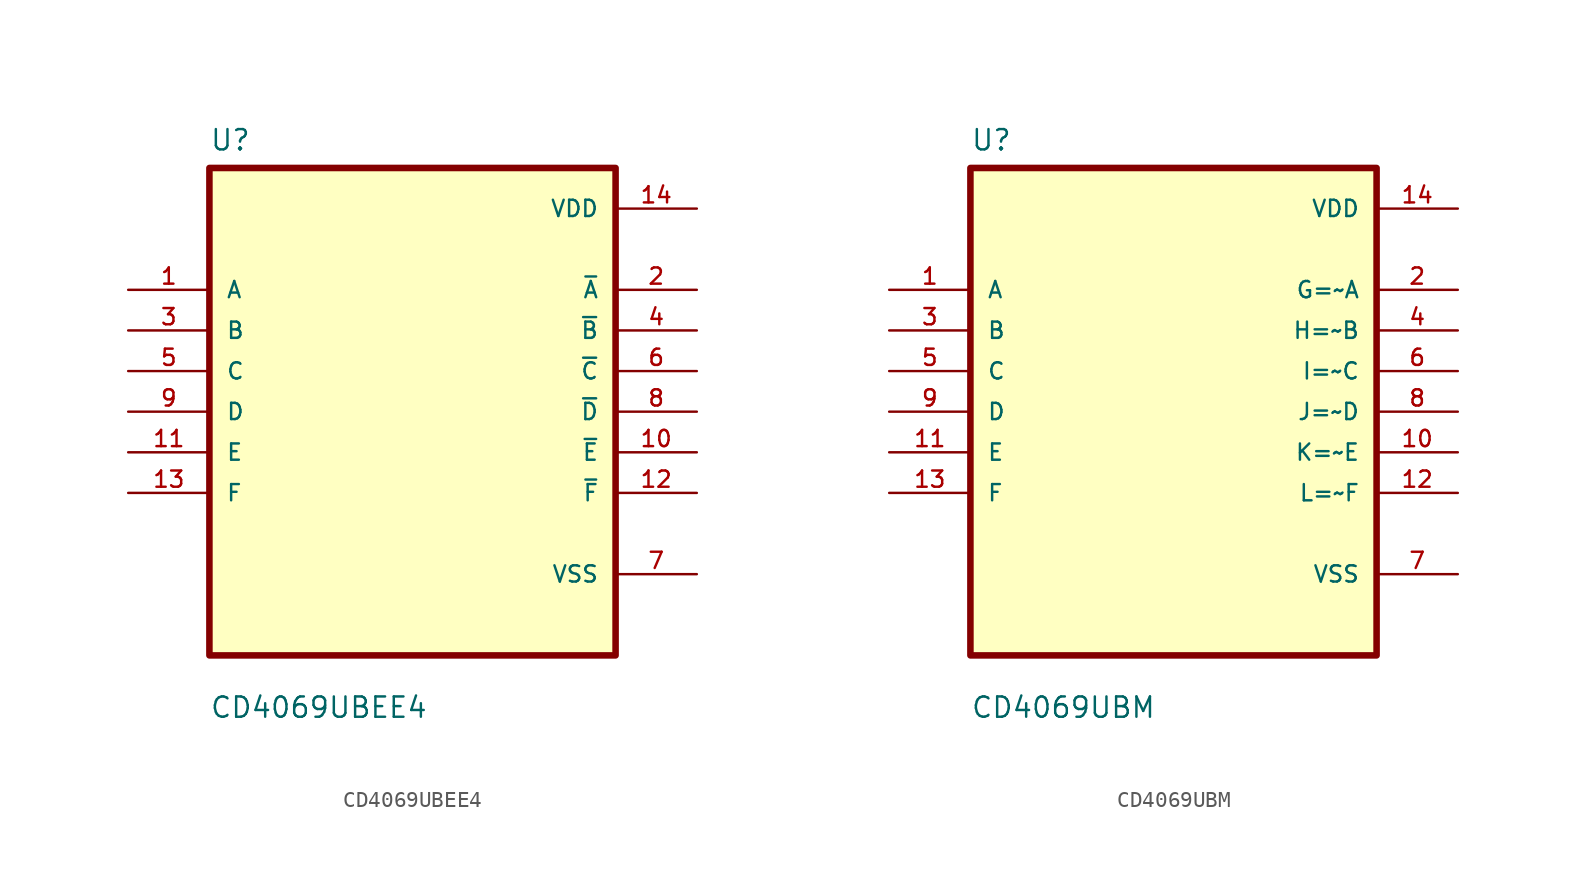
<source format=kicad_sym>
(kicad_symbol_lib
  (version 20241209)
  (generator "kicad_symbol_editor")
  (generator_version "9.0")
  (symbol "CD4069UBEE4"
    (pin_names
      (offset 1.016))
    (property "Reference" "U"
      (at -12.7 16.24 0)
      (effects (font (size 1.27 1.27)) (justify left bottom)))
    (property "Value" "CD4069UBEE4"
      (at -12.7 -19.24 0)
      (effects (font (size 1.27 1.27)) (justify left bottom)))
    (symbol "CD4069UBEE4_0_0"
      (rectangle (start -12.7 -15.24) (end 12.7 15.24) (stroke (width 0.41) (type default)) (fill (type background)))
      (pin input line (at -17.78 7.62 0) (length 5.08) (name "A" (effects (font (size 1.016 1.016)))) (number "1" (effects (font (size 1.016 1.016)))))
      (pin input line (at -17.78 5.08 0) (length 5.08) (name "B" (effects (font (size 1.016 1.016)))) (number "3" (effects (font (size 1.016 1.016)))))
      (pin input line (at -17.78 2.54 0) (length 5.08) (name "C" (effects (font (size 1.016 1.016)))) (number "5" (effects (font (size 1.016 1.016)))))
      (pin input line (at -17.78 0 0) (length 5.08) (name "D" (effects (font (size 1.016 1.016)))) (number "9" (effects (font (size 1.016 1.016)))))
      (pin input line (at -17.78 -2.54 0) (length 5.08) (name "E" (effects (font (size 1.016 1.016)))) (number "11" (effects (font (size 1.016 1.016)))))
      (pin input line (at -17.78 -5.08 0) (length 5.08) (name "F" (effects (font (size 1.016 1.016)))) (number "13" (effects (font (size 1.016 1.016)))))
      (pin power_in line (at 17.78 12.7 180) (length 5.08) (name "VDD" (effects (font (size 1.016 1.016)))) (number "14" (effects (font (size 1.016 1.016)))))
      (pin output line (at 17.78 7.62 180) (length 5.08) (name "~{A}" (effects (font (size 1.016 1.016)))) (number "2" (effects (font (size 1.016 1.016)))))
      (pin output line (at 17.78 5.08 180) (length 5.08) (name "~{B}" (effects (font (size 1.016 1.016)))) (number "4" (effects (font (size 1.016 1.016)))))
      (pin output line (at 17.78 2.54 180) (length 5.08) (name "~{C}" (effects (font (size 1.016 1.016)))) (number "6" (effects (font (size 1.016 1.016)))))
      (pin output line (at 17.78 0 180) (length 5.08) (name "~{D}" (effects (font (size 1.016 1.016)))) (number "8" (effects (font (size 1.016 1.016)))))
      (pin output line (at 17.78 -2.54 180) (length 5.08) (name "~{E}" (effects (font (size 1.016 1.016)))) (number "10" (effects (font (size 1.016 1.016)))))
      (pin output line (at 17.78 -5.08 180) (length 5.08) (name "~{F}" (effects (font (size 1.016 1.016)))) (number "12" (effects (font (size 1.016 1.016)))))
      (pin power_in line (at 17.78 -10.16 180) (length 5.08) (name "VSS" (effects (font (size 1.016 1.016)))) (number "7" (effects (font (size 1.016 1.016)))))))
  (symbol "CD4069UBM"
    (pin_names
      (offset 1.016))
    (property "Reference" "U"
      (at -12.7 16.24 0)
      (effects (font (size 1.27 1.27)) (justify left bottom)))
    (property "Value" "CD4069UBM"
      (at -12.7 -19.24 0)
      (effects (font (size 1.27 1.27)) (justify left bottom)))
    (symbol "CD4069UBM_0_0"
      (rectangle (start -12.7 -15.24) (end 12.7 15.24) (stroke (width 0.41) (type default)) (fill (type background)))
      (pin input line (at -17.78 7.62 0) (length 5.08) (name "A" (effects (font (size 1.016 1.016)))) (number "1" (effects (font (size 1.016 1.016)))))
      (pin input line (at -17.78 5.08 0) (length 5.08) (name "B" (effects (font (size 1.016 1.016)))) (number "3" (effects (font (size 1.016 1.016)))))
      (pin input line (at -17.78 2.54 0) (length 5.08) (name "C" (effects (font (size 1.016 1.016)))) (number "5" (effects (font (size 1.016 1.016)))))
      (pin input line (at -17.78 0 0) (length 5.08) (name "D" (effects (font (size 1.016 1.016)))) (number "9" (effects (font (size 1.016 1.016)))))
      (pin input line (at -17.78 -2.54 0) (length 5.08) (name "E" (effects (font (size 1.016 1.016)))) (number "11" (effects (font (size 1.016 1.016)))))
      (pin input line (at -17.78 -5.08 0) (length 5.08) (name "F" (effects (font (size 1.016 1.016)))) (number "13" (effects (font (size 1.016 1.016)))))
      (pin power_in line (at 17.78 12.7 180) (length 5.08) (name "VDD" (effects (font (size 1.016 1.016)))) (number "14" (effects (font (size 1.016 1.016)))))
      (pin output line (at 17.78 7.62 180) (length 5.08) (name "G=~A" (effects (font (size 1.016 1.016)))) (number "2" (effects (font (size 1.016 1.016)))))
      (pin output line (at 17.78 5.08 180) (length 5.08) (name "H=~B" (effects (font (size 1.016 1.016)))) (number "4" (effects (font (size 1.016 1.016)))))
      (pin output line (at 17.78 2.54 180) (length 5.08) (name "I=~C" (effects (font (size 1.016 1.016)))) (number "6" (effects (font (size 1.016 1.016)))))
      (pin output line (at 17.78 0 180) (length 5.08) (name "J=~D" (effects (font (size 1.016 1.016)))) (number "8" (effects (font (size 1.016 1.016)))))
      (pin output line (at 17.78 -2.54 180) (length 5.08) (name "K=~E" (effects (font (size 1.016 1.016)))) (number "10" (effects (font (size 1.016 1.016)))))
      (pin output line (at 17.78 -5.08 180) (length 5.08) (name "L=~F" (effects (font (size 1.016 1.016)))) (number "12" (effects (font (size 1.016 1.016)))))
      (pin power_in line (at 17.78 -10.16 180) (length 5.08) (name "VSS" (effects (font (size 1.016 1.016)))) (number "7" (effects (font (size 1.016 1.016))))))))
</source>
